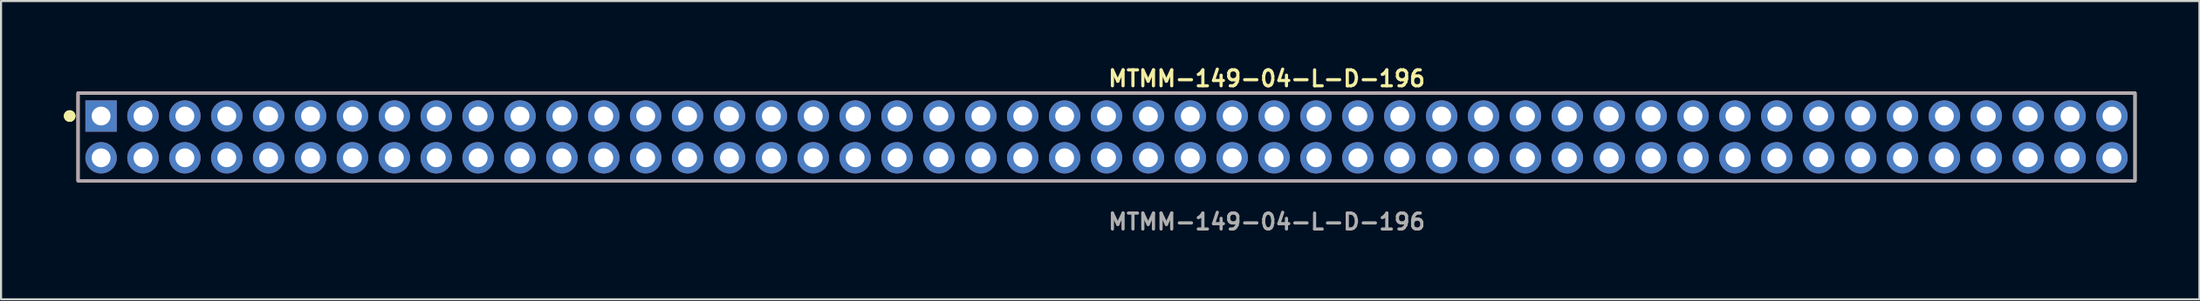
<source format=kicad_pcb>
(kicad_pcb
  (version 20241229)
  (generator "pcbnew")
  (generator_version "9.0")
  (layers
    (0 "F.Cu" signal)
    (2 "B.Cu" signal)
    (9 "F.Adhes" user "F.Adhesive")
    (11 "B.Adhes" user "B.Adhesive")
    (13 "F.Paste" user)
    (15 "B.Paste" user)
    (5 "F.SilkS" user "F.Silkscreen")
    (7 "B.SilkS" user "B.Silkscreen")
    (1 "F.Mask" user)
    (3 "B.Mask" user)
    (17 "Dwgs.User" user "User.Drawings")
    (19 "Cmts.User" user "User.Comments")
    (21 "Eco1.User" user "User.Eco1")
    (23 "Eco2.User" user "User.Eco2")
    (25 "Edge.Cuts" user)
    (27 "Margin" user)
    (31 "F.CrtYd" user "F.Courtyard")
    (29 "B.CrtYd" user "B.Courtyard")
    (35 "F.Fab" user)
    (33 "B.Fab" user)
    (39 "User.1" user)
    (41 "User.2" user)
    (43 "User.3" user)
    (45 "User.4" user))
  (footprint "MTMM-149-04-L-D-196"
    (layer "F.Cu")
    (at 49.776 3.507)
    (property "Reference" "MTMM-149-04-L-D-196" (at 0 -2.794 0) (unlocked yes) (layer "F.SilkS") (effects (font (size 0.762 0.762) (thickness 0.152)) (justify left)))
    (fp_rect (start -49.1 2.1) (end 49.1 -2.1) (stroke (width 0.152) (type solid)) (fill no) (layer "F.SilkS"))
    (fp_circle (center -49.5 -1) (end -49.7 -1) (stroke (width 0.152) (type solid)) (fill yes) (layer "F.SilkS"))
    (fp_circle (center -49.5 -1) (end -49.7 -1) (stroke (width 0.152) (type solid)) (fill yes) (layer "F.SilkS"))
    (fp_rect (start -49.1 2.1) (end 49.1 -2.1) (stroke (width 0.006) (type solid)) (fill no) (layer "F.CrtYd"))
    (fp_rect (start -49.1 2.1) (end 49.1 -2.1) (stroke (width 0.152) (type solid)) (fill no) (layer "F.Fab"))
    (fp_text user "${REFERENCE}" (at 0 4.064 0) (unlocked yes) (layer "F.Fab") (effects (font (size 0.762 0.762) (thickness 0.152)) (justify left)))
    (pad "1" thru_hole rect (at -48 -1) (size 1.5 1.5) (drill 0.9) (layers "*.Cu" "*.Mask"))
    (pad "2" thru_hole circle (at -48 1) (size 1.5 1.5) (drill 0.9) (layers "*.Cu" "*.Mask"))
    (pad "3" thru_hole circle (at -46 -1) (size 1.5 1.5) (drill 0.9) (layers "*.Cu" "*.Mask"))
    (pad "4" thru_hole circle (at -46 1) (size 1.5 1.5) (drill 0.9) (layers "*.Cu" "*.Mask"))
    (pad "5" thru_hole circle (at -44 -1) (size 1.5 1.5) (drill 0.9) (layers "*.Cu" "*.Mask"))
    (pad "6" thru_hole circle (at -44 1) (size 1.5 1.5) (drill 0.9) (layers "*.Cu" "*.Mask"))
    (pad "7" thru_hole circle (at -42 -1) (size 1.5 1.5) (drill 0.9) (layers "*.Cu" "*.Mask"))
    (pad "8" thru_hole circle (at -42 1) (size 1.5 1.5) (drill 0.9) (layers "*.Cu" "*.Mask"))
    (pad "9" thru_hole circle (at -40 -1) (size 1.5 1.5) (drill 0.9) (layers "*.Cu" "*.Mask"))
    (pad "10" thru_hole circle (at -40 1) (size 1.5 1.5) (drill 0.9) (layers "*.Cu" "*.Mask"))
    (pad "11" thru_hole circle (at -38 -1) (size 1.5 1.5) (drill 0.9) (layers "*.Cu" "*.Mask"))
    (pad "12" thru_hole circle (at -38 1) (size 1.5 1.5) (drill 0.9) (layers "*.Cu" "*.Mask"))
    (pad "13" thru_hole circle (at -36 -1) (size 1.5 1.5) (drill 0.9) (layers "*.Cu" "*.Mask"))
    (pad "14" thru_hole circle (at -36 1) (size 1.5 1.5) (drill 0.9) (layers "*.Cu" "*.Mask"))
    (pad "15" thru_hole circle (at -34 -1) (size 1.5 1.5) (drill 0.9) (layers "*.Cu" "*.Mask"))
    (pad "16" thru_hole circle (at -34 1) (size 1.5 1.5) (drill 0.9) (layers "*.Cu" "*.Mask"))
    (pad "17" thru_hole circle (at -32 -1) (size 1.5 1.5) (drill 0.9) (layers "*.Cu" "*.Mask"))
    (pad "18" thru_hole circle (at -32 1) (size 1.5 1.5) (drill 0.9) (layers "*.Cu" "*.Mask"))
    (pad "19" thru_hole circle (at -30 -1) (size 1.5 1.5) (drill 0.9) (layers "*.Cu" "*.Mask"))
    (pad "20" thru_hole circle (at -30 1) (size 1.5 1.5) (drill 0.9) (layers "*.Cu" "*.Mask"))
    (pad "21" thru_hole circle (at -28 -1) (size 1.5 1.5) (drill 0.9) (layers "*.Cu" "*.Mask"))
    (pad "22" thru_hole circle (at -28 1) (size 1.5 1.5) (drill 0.9) (layers "*.Cu" "*.Mask"))
    (pad "23" thru_hole circle (at -26 -1) (size 1.5 1.5) (drill 0.9) (layers "*.Cu" "*.Mask"))
    (pad "24" thru_hole circle (at -26 1) (size 1.5 1.5) (drill 0.9) (layers "*.Cu" "*.Mask"))
    (pad "25" thru_hole circle (at -24 -1) (size 1.5 1.5) (drill 0.9) (layers "*.Cu" "*.Mask"))
    (pad "26" thru_hole circle (at -24 1) (size 1.5 1.5) (drill 0.9) (layers "*.Cu" "*.Mask"))
    (pad "27" thru_hole circle (at -22 -1) (size 1.5 1.5) (drill 0.9) (layers "*.Cu" "*.Mask"))
    (pad "28" thru_hole circle (at -22 1) (size 1.5 1.5) (drill 0.9) (layers "*.Cu" "*.Mask"))
    (pad "29" thru_hole circle (at -20 -1) (size 1.5 1.5) (drill 0.9) (layers "*.Cu" "*.Mask"))
    (pad "30" thru_hole circle (at -20 1) (size 1.5 1.5) (drill 0.9) (layers "*.Cu" "*.Mask"))
    (pad "31" thru_hole circle (at -18 -1) (size 1.5 1.5) (drill 0.9) (layers "*.Cu" "*.Mask"))
    (pad "32" thru_hole circle (at -18 1) (size 1.5 1.5) (drill 0.9) (layers "*.Cu" "*.Mask"))
    (pad "33" thru_hole circle (at -16 -1) (size 1.5 1.5) (drill 0.9) (layers "*.Cu" "*.Mask"))
    (pad "34" thru_hole circle (at -16 1) (size 1.5 1.5) (drill 0.9) (layers "*.Cu" "*.Mask"))
    (pad "35" thru_hole circle (at -14 -1) (size 1.5 1.5) (drill 0.9) (layers "*.Cu" "*.Mask"))
    (pad "36" thru_hole circle (at -14 1) (size 1.5 1.5) (drill 0.9) (layers "*.Cu" "*.Mask"))
    (pad "37" thru_hole circle (at -12 -1) (size 1.5 1.5) (drill 0.9) (layers "*.Cu" "*.Mask"))
    (pad "38" thru_hole circle (at -12 1) (size 1.5 1.5) (drill 0.9) (layers "*.Cu" "*.Mask"))
    (pad "39" thru_hole circle (at -10 -1) (size 1.5 1.5) (drill 0.9) (layers "*.Cu" "*.Mask"))
    (pad "40" thru_hole circle (at -10 1) (size 1.5 1.5) (drill 0.9) (layers "*.Cu" "*.Mask"))
    (pad "41" thru_hole circle (at -8 -1) (size 1.5 1.5) (drill 0.9) (layers "*.Cu" "*.Mask"))
    (pad "42" thru_hole circle (at -8 1) (size 1.5 1.5) (drill 0.9) (layers "*.Cu" "*.Mask"))
    (pad "43" thru_hole circle (at -6 -1) (size 1.5 1.5) (drill 0.9) (layers "*.Cu" "*.Mask"))
    (pad "44" thru_hole circle (at -6 1) (size 1.5 1.5) (drill 0.9) (layers "*.Cu" "*.Mask"))
    (pad "45" thru_hole circle (at -4 -1) (size 1.5 1.5) (drill 0.9) (layers "*.Cu" "*.Mask"))
    (pad "46" thru_hole circle (at -4 1) (size 1.5 1.5) (drill 0.9) (layers "*.Cu" "*.Mask"))
    (pad "47" thru_hole circle (at -2 -1) (size 1.5 1.5) (drill 0.9) (layers "*.Cu" "*.Mask"))
    (pad "48" thru_hole circle (at -2 1) (size 1.5 1.5) (drill 0.9) (layers "*.Cu" "*.Mask"))
    (pad "49" thru_hole circle (at 0 -1) (size 1.5 1.5) (drill 0.9) (layers "*.Cu" "*.Mask"))
    (pad "50" thru_hole circle (at 0 1) (size 1.5 1.5) (drill 0.9) (layers "*.Cu" "*.Mask"))
    (pad "51" thru_hole circle (at 2 -1) (size 1.5 1.5) (drill 0.9) (layers "*.Cu" "*.Mask"))
    (pad "52" thru_hole circle (at 2 1) (size 1.5 1.5) (drill 0.9) (layers "*.Cu" "*.Mask"))
    (pad "53" thru_hole circle (at 4 -1) (size 1.5 1.5) (drill 0.9) (layers "*.Cu" "*.Mask"))
    (pad "54" thru_hole circle (at 4 1) (size 1.5 1.5) (drill 0.9) (layers "*.Cu" "*.Mask"))
    (pad "55" thru_hole circle (at 6 -1) (size 1.5 1.5) (drill 0.9) (layers "*.Cu" "*.Mask"))
    (pad "56" thru_hole circle (at 6 1) (size 1.5 1.5) (drill 0.9) (layers "*.Cu" "*.Mask"))
    (pad "57" thru_hole circle (at 8 -1) (size 1.5 1.5) (drill 0.9) (layers "*.Cu" "*.Mask"))
    (pad "58" thru_hole circle (at 8 1) (size 1.5 1.5) (drill 0.9) (layers "*.Cu" "*.Mask"))
    (pad "59" thru_hole circle (at 10 -1) (size 1.5 1.5) (drill 0.9) (layers "*.Cu" "*.Mask"))
    (pad "60" thru_hole circle (at 10 1) (size 1.5 1.5) (drill 0.9) (layers "*.Cu" "*.Mask"))
    (pad "61" thru_hole circle (at 12 -1) (size 1.5 1.5) (drill 0.9) (layers "*.Cu" "*.Mask"))
    (pad "62" thru_hole circle (at 12 1) (size 1.5 1.5) (drill 0.9) (layers "*.Cu" "*.Mask"))
    (pad "63" thru_hole circle (at 14 -1) (size 1.5 1.5) (drill 0.9) (layers "*.Cu" "*.Mask"))
    (pad "64" thru_hole circle (at 14 1) (size 1.5 1.5) (drill 0.9) (layers "*.Cu" "*.Mask"))
    (pad "65" thru_hole circle (at 16 -1) (size 1.5 1.5) (drill 0.9) (layers "*.Cu" "*.Mask"))
    (pad "66" thru_hole circle (at 16 1) (size 1.5 1.5) (drill 0.9) (layers "*.Cu" "*.Mask"))
    (pad "67" thru_hole circle (at 18 -1) (size 1.5 1.5) (drill 0.9) (layers "*.Cu" "*.Mask"))
    (pad "68" thru_hole circle (at 18 1) (size 1.5 1.5) (drill 0.9) (layers "*.Cu" "*.Mask"))
    (pad "69" thru_hole circle (at 20 -1) (size 1.5 1.5) (drill 0.9) (layers "*.Cu" "*.Mask"))
    (pad "70" thru_hole circle (at 20 1) (size 1.5 1.5) (drill 0.9) (layers "*.Cu" "*.Mask"))
    (pad "71" thru_hole circle (at 22 -1) (size 1.5 1.5) (drill 0.9) (layers "*.Cu" "*.Mask"))
    (pad "72" thru_hole circle (at 22 1) (size 1.5 1.5) (drill 0.9) (layers "*.Cu" "*.Mask"))
    (pad "73" thru_hole circle (at 24 -1) (size 1.5 1.5) (drill 0.9) (layers "*.Cu" "*.Mask"))
    (pad "74" thru_hole circle (at 24 1) (size 1.5 1.5) (drill 0.9) (layers "*.Cu" "*.Mask"))
    (pad "75" thru_hole circle (at 26 -1) (size 1.5 1.5) (drill 0.9) (layers "*.Cu" "*.Mask"))
    (pad "76" thru_hole circle (at 26 1) (size 1.5 1.5) (drill 0.9) (layers "*.Cu" "*.Mask"))
    (pad "77" thru_hole circle (at 28 -1) (size 1.5 1.5) (drill 0.9) (layers "*.Cu" "*.Mask"))
    (pad "78" thru_hole circle (at 28 1) (size 1.5 1.5) (drill 0.9) (layers "*.Cu" "*.Mask"))
    (pad "79" thru_hole circle (at 30 -1) (size 1.5 1.5) (drill 0.9) (layers "*.Cu" "*.Mask"))
    (pad "80" thru_hole circle (at 30 1) (size 1.5 1.5) (drill 0.9) (layers "*.Cu" "*.Mask"))
    (pad "81" thru_hole circle (at 32 -1) (size 1.5 1.5) (drill 0.9) (layers "*.Cu" "*.Mask"))
    (pad "82" thru_hole circle (at 32 1) (size 1.5 1.5) (drill 0.9) (layers "*.Cu" "*.Mask"))
    (pad "83" thru_hole circle (at 34 -1) (size 1.5 1.5) (drill 0.9) (layers "*.Cu" "*.Mask"))
    (pad "84" thru_hole circle (at 34 1) (size 1.5 1.5) (drill 0.9) (layers "*.Cu" "*.Mask"))
    (pad "85" thru_hole circle (at 36 -1) (size 1.5 1.5) (drill 0.9) (layers "*.Cu" "*.Mask"))
    (pad "86" thru_hole circle (at 36 1) (size 1.5 1.5) (drill 0.9) (layers "*.Cu" "*.Mask"))
    (pad "87" thru_hole circle (at 38 -1) (size 1.5 1.5) (drill 0.9) (layers "*.Cu" "*.Mask"))
    (pad "88" thru_hole circle (at 38 1) (size 1.5 1.5) (drill 0.9) (layers "*.Cu" "*.Mask"))
    (pad "89" thru_hole circle (at 40 -1) (size 1.5 1.5) (drill 0.9) (layers "*.Cu" "*.Mask"))
    (pad "90" thru_hole circle (at 40 1) (size 1.5 1.5) (drill 0.9) (layers "*.Cu" "*.Mask"))
    (pad "91" thru_hole circle (at 42 -1) (size 1.5 1.5) (drill 0.9) (layers "*.Cu" "*.Mask"))
    (pad "92" thru_hole circle (at 42 1) (size 1.5 1.5) (drill 0.9) (layers "*.Cu" "*.Mask"))
    (pad "93" thru_hole circle (at 44 -1) (size 1.5 1.5) (drill 0.9) (layers "*.Cu" "*.Mask"))
    (pad "94" thru_hole circle (at 44 1) (size 1.5 1.5) (drill 0.9) (layers "*.Cu" "*.Mask"))
    (pad "95" thru_hole circle (at 46 -1) (size 1.5 1.5) (drill 0.9) (layers "*.Cu" "*.Mask"))
    (pad "96" thru_hole circle (at 46 1) (size 1.5 1.5) (drill 0.9) (layers "*.Cu" "*.Mask"))
    (pad "97" thru_hole circle (at 48 -1) (size 1.5 1.5) (drill 0.9) (layers "*.Cu" "*.Mask"))
    (pad "98" thru_hole circle (at 48 1) (size 1.5 1.5) (drill 0.9) (layers "*.Cu" "*.Mask")))
  (gr_rect
    (start -3 -3)
    (end 101.952 11.284)
    (stroke (width 0.1) (type default))
    (fill no)
    (layer "Edge.Cuts")))
</source>
